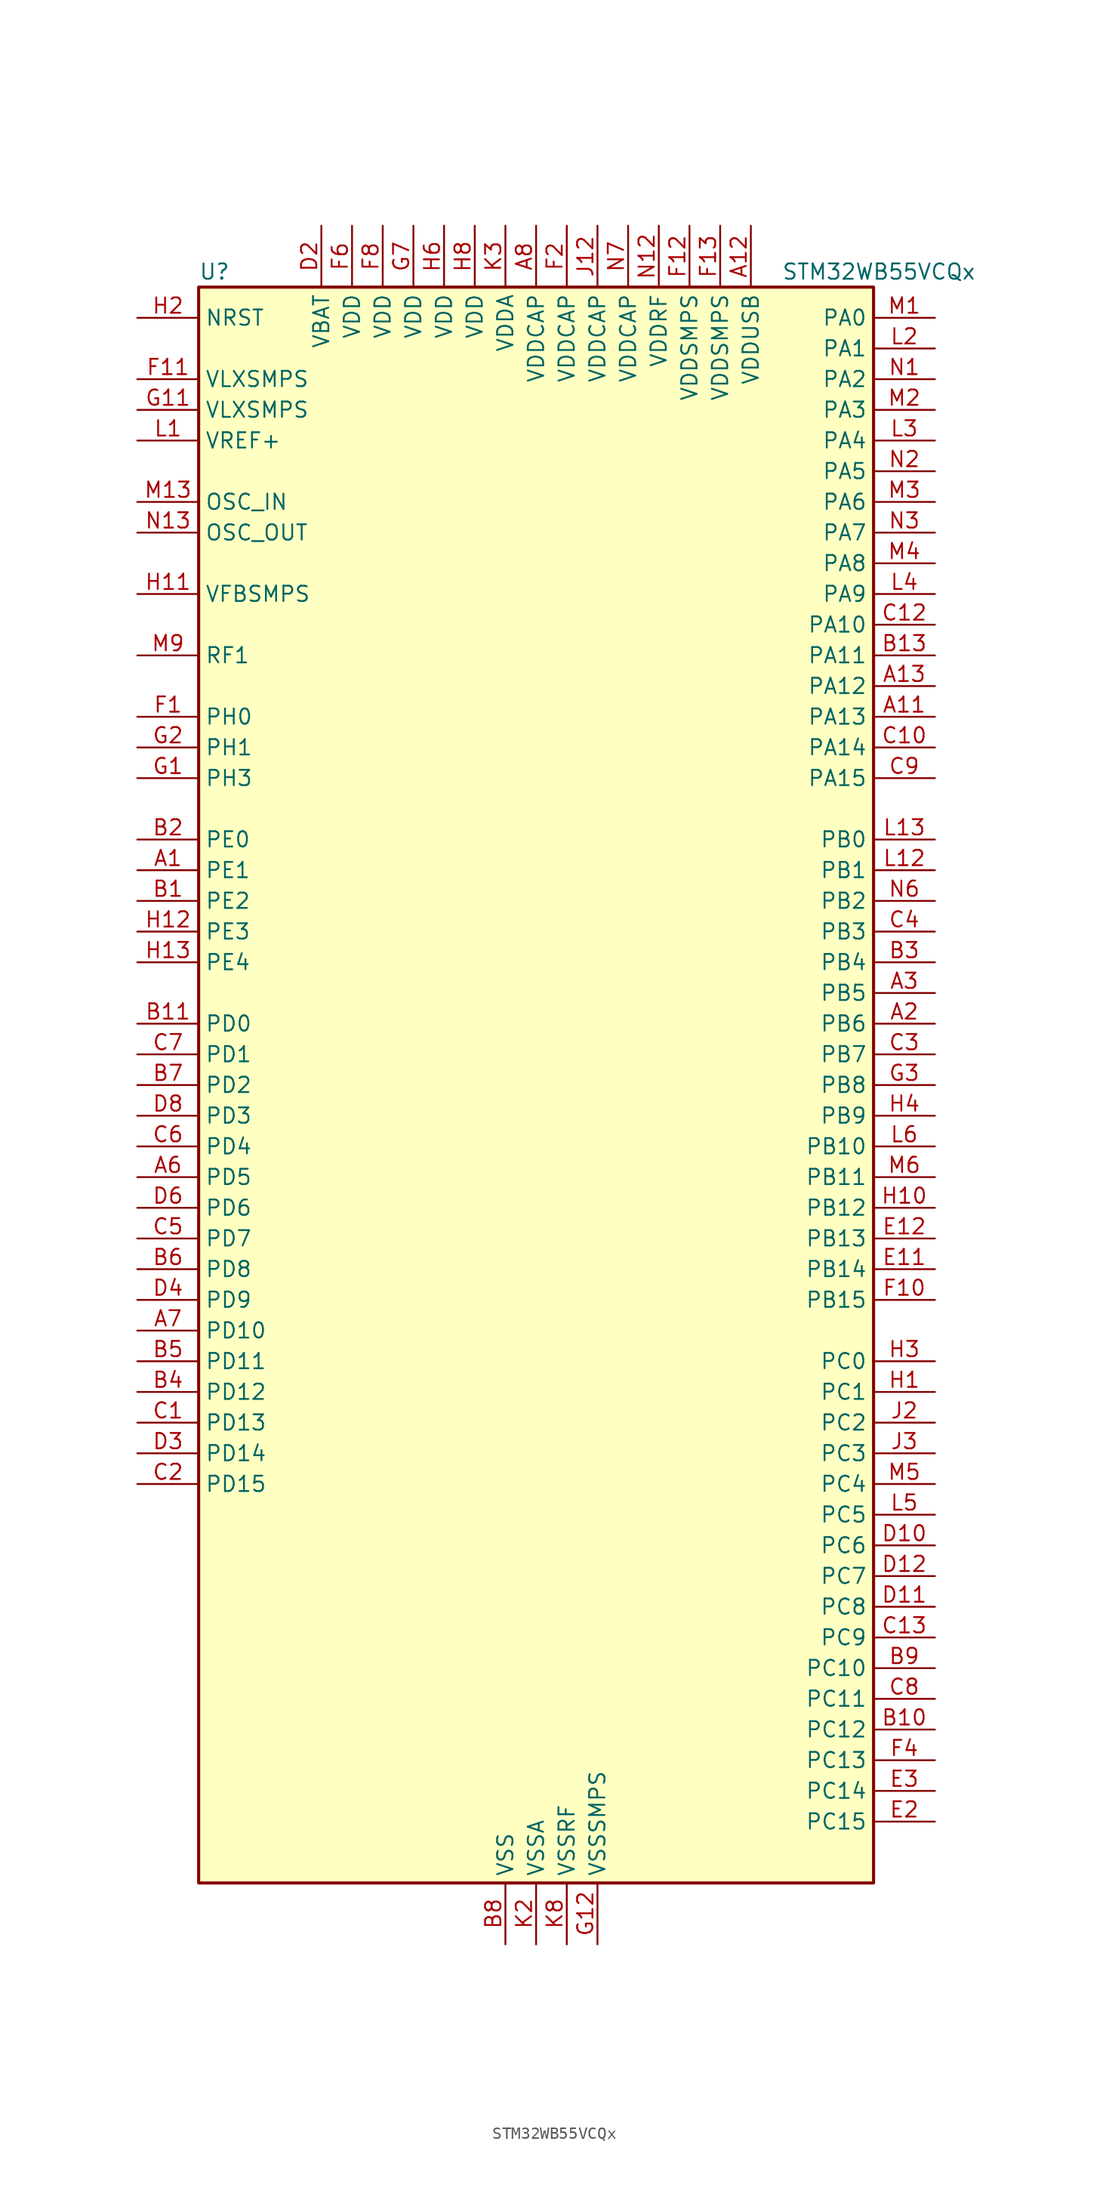
<source format=kicad_sym>
(kicad_symbol_lib
  (version 20231120)
  (generator "kicad_symbol_editor")
  (generator_version "8.0")
  (symbol "STM32WB55VCQx"
    (property "Reference" "U"
      (at -27.94 67.31 0)
      (effects (font (size 1.27 1.27)) (justify left)))
    (property "Value" "STM32WB55VCQx"
      (at 20.32 67.31 0)
      (effects (font (size 1.27 1.27)) (justify left)))
    (property "ki_locked" ""
      (at 0 0 0)
      (effects (font (size 1.27 1.27))))
    (symbol "STM32WB55VCQx_0_1"
      (rectangle (start -27.94 -66.04) (end 27.94 66.04) (stroke (width 0.254) (type default)) (fill (type background))))
    (symbol "STM32WB55VCQx_1_1"
      (pin bidirectional line (at -33.02 17.78 0) (length 5.08) (name "PE1" (effects (font (size 1.27 1.27)))) (number "A1" (effects (font (size 1.27 1.27)))) (alternate "LCD_SEG37" bidirectional line) (alternate "TIM17_CH1" bidirectional line) (alternate "TSC_G7_IO2" bidirectional line))
      (pin bidirectional line (at 33.02 30.48 180) (length 5.08) (name "PA13" (effects (font (size 1.27 1.27)))) (number "A11" (effects (font (size 1.27 1.27)))) (alternate "IR_OUT" bidirectional line) (alternate "SAI1_SD_B" bidirectional line) (alternate "SYS_JTMS-SWDIO" bidirectional line) (alternate "USB_NOE" bidirectional line))
      (pin power_in line (at 17.78 71.12 270) (length 5.08) (name "VDDUSB" (effects (font (size 1.27 1.27)))) (number "A12" (effects (font (size 1.27 1.27)))))
      (pin bidirectional line (at 33.02 33.02 180) (length 5.08) (name "PA12" (effects (font (size 1.27 1.27)))) (number "A13" (effects (font (size 1.27 1.27)))) (alternate "LPUART1_RX" bidirectional line) (alternate "SPI1_MOSI" bidirectional line) (alternate "TIM1_ETR" bidirectional line) (alternate "USART1_DE" bidirectional line) (alternate "USART1_RTS" bidirectional line) (alternate "USB_DP" bidirectional line))
      (pin bidirectional line (at 33.02 5.08 180) (length 5.08) (name "PB6" (effects (font (size 1.27 1.27)))) (number "A2" (effects (font (size 1.27 1.27)))) (alternate "COMP2_INP" bidirectional line) (alternate "I2C1_SCL" bidirectional line) (alternate "LCD_SEG6" bidirectional line) (alternate "LPTIM1_ETR" bidirectional line) (alternate "RCC_MCO" bidirectional line) (alternate "SAI1_FS_B" bidirectional line) (alternate "TIM16_CH1N" bidirectional line) (alternate "TSC_G2_IO3" bidirectional line) (alternate "USART1_TX" bidirectional line))
      (pin bidirectional line (at 33.02 7.62 180) (length 5.08) (name "PB5" (effects (font (size 1.27 1.27)))) (number "A3" (effects (font (size 1.27 1.27)))) (alternate "COMP2_OUT" bidirectional line) (alternate "I2C1_SMBA" bidirectional line) (alternate "LCD_SEG9" bidirectional line) (alternate "LPTIM1_IN1" bidirectional line) (alternate "LPUART1_TX" bidirectional line) (alternate "SAI1_SD_B" bidirectional line) (alternate "SPI1_MOSI" bidirectional line) (alternate "TIM16_BKIN" bidirectional line) (alternate "TSC_G2_IO2" bidirectional line) (alternate "USART1_CK" bidirectional line))
      (pin bidirectional line (at -33.02 -7.62 0) (length 5.08) (name "PD5" (effects (font (size 1.27 1.27)))) (number "A6" (effects (font (size 1.27 1.27)))) (alternate "QUADSPI_BK1_IO1" bidirectional line) (alternate "SAI1_MCLK_B" bidirectional line) (alternate "TSC_G5_IO2" bidirectional line))
      (pin bidirectional line (at -33.02 -20.32 0) (length 5.08) (name "PD10" (effects (font (size 1.27 1.27)))) (number "A7" (effects (font (size 1.27 1.27)))) (alternate "LCD_SEG30" bidirectional line) (alternate "SYS_TRIG_INOUT" bidirectional line) (alternate "TSC_G6_IO1" bidirectional line))
      (pin power_in line (at 0 71.12 270) (length 5.08) (name "VDDCAP" (effects (font (size 1.27 1.27)))) (number "A8" (effects (font (size 1.27 1.27)))))
      (pin bidirectional line (at -33.02 15.24 0) (length 5.08) (name "PE2" (effects (font (size 1.27 1.27)))) (number "B1" (effects (font (size 1.27 1.27)))) (alternate "LCD_SEG38" bidirectional line) (alternate "SAI1_CK1" bidirectional line) (alternate "SAI1_MCLK_A" bidirectional line) (alternate "SYS_TRACECLK" bidirectional line) (alternate "TSC_G7_IO1" bidirectional line))
      (pin bidirectional line (at 33.02 -53.34 180) (length 5.08) (name "PC12" (effects (font (size 1.27 1.27)))) (number "B10" (effects (font (size 1.27 1.27)))) (alternate "LCD_COM6" bidirectional line) (alternate "LCD_SEG30" bidirectional line) (alternate "LCD_SEG42" bidirectional line) (alternate "RCC_LSCO" bidirectional line) (alternate "RTC_TAMP3" bidirectional line) (alternate "SYS_TRACED3" bidirectional line) (alternate "SYS_WKUP3" bidirectional line) (alternate "TSC_G3_IO4" bidirectional line))
      (pin bidirectional line (at -33.02 5.08 0) (length 5.08) (name "PD0" (effects (font (size 1.27 1.27)))) (number "B11" (effects (font (size 1.27 1.27)))) (alternate "SPI2_NSS" bidirectional line))
      (pin passive line (at -2.54 -71.12 90) (length 5.08) hide (name "VSS" (effects (font (size 1.27 1.27)))) (number "B12" (effects (font (size 1.27 1.27)))))
      (pin bidirectional line (at 33.02 35.56 180) (length 5.08) (name "PA11" (effects (font (size 1.27 1.27)))) (number "B13" (effects (font (size 1.27 1.27)))) (alternate "ADC1_EXTI11" bidirectional line) (alternate "SPI1_MISO" bidirectional line) (alternate "TIM1_BKIN2" bidirectional line) (alternate "TIM1_CH4" bidirectional line) (alternate "USART1_CTS" bidirectional line) (alternate "USART1_NSS" bidirectional line) (alternate "USB_DM" bidirectional line))
      (pin bidirectional line (at -33.02 20.32 0) (length 5.08) (name "PE0" (effects (font (size 1.27 1.27)))) (number "B2" (effects (font (size 1.27 1.27)))) (alternate "LCD_SEG36" bidirectional line) (alternate "TIM16_CH1" bidirectional line) (alternate "TIM1_ETR" bidirectional line) (alternate "TSC_G7_IO3" bidirectional line))
      (pin bidirectional line (at 33.02 10.16 180) (length 5.08) (name "PB4" (effects (font (size 1.27 1.27)))) (number "B3" (effects (font (size 1.27 1.27)))) (alternate "COMP2_INP" bidirectional line) (alternate "I2C3_SDA" bidirectional line) (alternate "LCD_SEG8" bidirectional line) (alternate "SAI1_MCLK_B" bidirectional line) (alternate "SPI1_MISO" bidirectional line) (alternate "SYS_JTRST" bidirectional line) (alternate "TIM17_BKIN" bidirectional line) (alternate "TSC_G2_IO1" bidirectional line) (alternate "USART1_CTS" bidirectional line) (alternate "USART1_NSS" bidirectional line))
      (pin bidirectional line (at -33.02 -25.4 0) (length 5.08) (name "PD12" (effects (font (size 1.27 1.27)))) (number "B4" (effects (font (size 1.27 1.27)))) (alternate "LCD_SEG32" bidirectional line) (alternate "LPTIM2_IN1" bidirectional line) (alternate "TSC_G6_IO3" bidirectional line))
      (pin bidirectional line (at -33.02 -22.86 0) (length 5.08) (name "PD11" (effects (font (size 1.27 1.27)))) (number "B5" (effects (font (size 1.27 1.27)))) (alternate "ADC1_EXTI11" bidirectional line) (alternate "LCD_SEG31" bidirectional line) (alternate "LPTIM2_ETR" bidirectional line) (alternate "TSC_G6_IO2" bidirectional line))
      (pin bidirectional line (at -33.02 -15.24 0) (length 5.08) (name "PD8" (effects (font (size 1.27 1.27)))) (number "B6" (effects (font (size 1.27 1.27)))) (alternate "LCD_SEG28" bidirectional line) (alternate "TIM1_BKIN2" bidirectional line))
      (pin bidirectional line (at -33.02 0 0) (length 5.08) (name "PD2" (effects (font (size 1.27 1.27)))) (number "B7" (effects (font (size 1.27 1.27)))) (alternate "LCD_COM7" bidirectional line) (alternate "LCD_SEG31" bidirectional line) (alternate "LCD_SEG43" bidirectional line) (alternate "SYS_TRACED2" bidirectional line) (alternate "TSC_SYNC" bidirectional line))
      (pin power_in line (at -2.54 -71.12 90) (length 5.08) (name "VSS" (effects (font (size 1.27 1.27)))) (number "B8" (effects (font (size 1.27 1.27)))))
      (pin bidirectional line (at 33.02 -48.26 180) (length 5.08) (name "PC10" (effects (font (size 1.27 1.27)))) (number "B9" (effects (font (size 1.27 1.27)))) (alternate "LCD_COM4" bidirectional line) (alternate "LCD_SEG28" bidirectional line) (alternate "LCD_SEG40" bidirectional line) (alternate "SYS_TRACED1" bidirectional line) (alternate "TSC_G3_IO2" bidirectional line))
      (pin bidirectional line (at -33.02 -27.94 0) (length 5.08) (name "PD13" (effects (font (size 1.27 1.27)))) (number "C1" (effects (font (size 1.27 1.27)))) (alternate "LCD_SEG33" bidirectional line) (alternate "LPTIM2_OUT" bidirectional line) (alternate "TSC_G6_IO4" bidirectional line))
      (pin bidirectional line (at 33.02 27.94 180) (length 5.08) (name "PA14" (effects (font (size 1.27 1.27)))) (number "C10" (effects (font (size 1.27 1.27)))) (alternate "I2C1_SMBA" bidirectional line) (alternate "LCD_SEG5" bidirectional line) (alternate "LPTIM1_OUT" bidirectional line) (alternate "SAI1_FS_B" bidirectional line) (alternate "SYS_JTCK-SWCLK" bidirectional line))
      (pin passive line (at -2.54 -71.12 90) (length 5.08) hide (name "VSS" (effects (font (size 1.27 1.27)))) (number "C11" (effects (font (size 1.27 1.27)))))
      (pin bidirectional line (at 33.02 38.1 180) (length 5.08) (name "PA10" (effects (font (size 1.27 1.27)))) (number "C12" (effects (font (size 1.27 1.27)))) (alternate "CRS_SYNC" bidirectional line) (alternate "I2C1_SDA" bidirectional line) (alternate "LCD_COM2" bidirectional line) (alternate "SAI1_D1" bidirectional line) (alternate "SAI1_SD_A" bidirectional line) (alternate "TIM17_BKIN" bidirectional line) (alternate "TIM1_CH3" bidirectional line) (alternate "USART1_RX" bidirectional line))
      (pin bidirectional line (at 33.02 -45.72 180) (length 5.08) (name "PC9" (effects (font (size 1.27 1.27)))) (number "C13" (effects (font (size 1.27 1.27)))) (alternate "LCD_SEG27" bidirectional line) (alternate "SAI1_SCK_B" bidirectional line) (alternate "TIM1_BKIN" bidirectional line) (alternate "TSC_G4_IO4" bidirectional line) (alternate "USB_NOE" bidirectional line))
      (pin bidirectional line (at -33.02 -33.02 0) (length 5.08) (name "PD15" (effects (font (size 1.27 1.27)))) (number "C2" (effects (font (size 1.27 1.27)))) (alternate "ADC1_EXTI15" bidirectional line) (alternate "LCD_SEG35" bidirectional line) (alternate "TIM1_CH2" bidirectional line))
      (pin bidirectional line (at 33.02 2.54 180) (length 5.08) (name "PB7" (effects (font (size 1.27 1.27)))) (number "C3" (effects (font (size 1.27 1.27)))) (alternate "COMP2_INM" bidirectional line) (alternate "I2C1_SDA" bidirectional line) (alternate "LCD_SEG21" bidirectional line) (alternate "LPTIM1_IN2" bidirectional line) (alternate "SYS_PVD_IN" bidirectional line) (alternate "TIM17_CH1N" bidirectional line) (alternate "TIM1_BKIN" bidirectional line) (alternate "TSC_G2_IO4" bidirectional line) (alternate "USART1_RX" bidirectional line))
      (pin bidirectional line (at 33.02 12.7 180) (length 5.08) (name "PB3" (effects (font (size 1.27 1.27)))) (number "C4" (effects (font (size 1.27 1.27)))) (alternate "COMP2_INM" bidirectional line) (alternate "LCD_SEG7" bidirectional line) (alternate "SAI1_SCK_B" bidirectional line) (alternate "SPI1_SCK" bidirectional line) (alternate "SYS_JTDO-SWO" bidirectional line) (alternate "TIM2_CH2" bidirectional line) (alternate "USART1_DE" bidirectional line) (alternate "USART1_RTS" bidirectional line))
      (pin bidirectional line (at -33.02 -12.7 0) (length 5.08) (name "PD7" (effects (font (size 1.27 1.27)))) (number "C5" (effects (font (size 1.27 1.27)))) (alternate "LCD_SEG39" bidirectional line) (alternate "QUADSPI_BK1_IO3" bidirectional line) (alternate "TSC_G5_IO4" bidirectional line))
      (pin bidirectional line (at -33.02 -5.08 0) (length 5.08) (name "PD4" (effects (font (size 1.27 1.27)))) (number "C6" (effects (font (size 1.27 1.27)))) (alternate "QUADSPI_BK1_IO0" bidirectional line) (alternate "SPI2_MOSI" bidirectional line) (alternate "TSC_G5_IO1" bidirectional line))
      (pin bidirectional line (at -33.02 2.54 0) (length 5.08) (name "PD1" (effects (font (size 1.27 1.27)))) (number "C7" (effects (font (size 1.27 1.27)))) (alternate "SPI2_SCK" bidirectional line))
      (pin bidirectional line (at 33.02 -50.8 180) (length 5.08) (name "PC11" (effects (font (size 1.27 1.27)))) (number "C8" (effects (font (size 1.27 1.27)))) (alternate "ADC1_EXTI11" bidirectional line) (alternate "LCD_COM5" bidirectional line) (alternate "LCD_SEG29" bidirectional line) (alternate "LCD_SEG41" bidirectional line) (alternate "TSC_G3_IO3" bidirectional line))
      (pin bidirectional line (at 33.02 25.4 180) (length 5.08) (name "PA15" (effects (font (size 1.27 1.27)))) (number "C9" (effects (font (size 1.27 1.27)))) (alternate "ADC1_EXTI15" bidirectional line) (alternate "LCD_SEG17" bidirectional line) (alternate "RCC_MCO" bidirectional line) (alternate "SPI1_NSS" bidirectional line) (alternate "SYS_JTDI" bidirectional line) (alternate "TIM2_CH1" bidirectional line) (alternate "TIM2_ETR" bidirectional line) (alternate "TSC_G3_IO1" bidirectional line))
      (pin bidirectional line (at 33.02 -38.1 180) (length 5.08) (name "PC6" (effects (font (size 1.27 1.27)))) (number "D10" (effects (font (size 1.27 1.27)))) (alternate "LCD_SEG24" bidirectional line) (alternate "TSC_G4_IO1" bidirectional line))
      (pin bidirectional line (at 33.02 -43.18 180) (length 5.08) (name "PC8" (effects (font (size 1.27 1.27)))) (number "D11" (effects (font (size 1.27 1.27)))) (alternate "LCD_SEG26" bidirectional line) (alternate "TSC_G4_IO3" bidirectional line))
      (pin bidirectional line (at 33.02 -40.64 180) (length 5.08) (name "PC7" (effects (font (size 1.27 1.27)))) (number "D12" (effects (font (size 1.27 1.27)))) (alternate "LCD_SEG25" bidirectional line) (alternate "TSC_G4_IO2" bidirectional line))
      (pin power_in line (at -17.78 71.12 270) (length 5.08) (name "VBAT" (effects (font (size 1.27 1.27)))) (number "D2" (effects (font (size 1.27 1.27)))))
      (pin bidirectional line (at -33.02 -30.48 0) (length 5.08) (name "PD14" (effects (font (size 1.27 1.27)))) (number "D3" (effects (font (size 1.27 1.27)))) (alternate "LCD_SEG34" bidirectional line) (alternate "TIM1_CH1" bidirectional line))
      (pin bidirectional line (at -33.02 -17.78 0) (length 5.08) (name "PD9" (effects (font (size 1.27 1.27)))) (number "D4" (effects (font (size 1.27 1.27)))) (alternate "LCD_SEG29" bidirectional line) (alternate "SYS_TRACED0" bidirectional line))
      (pin bidirectional line (at -33.02 -10.16 0) (length 5.08) (name "PD6" (effects (font (size 1.27 1.27)))) (number "D6" (effects (font (size 1.27 1.27)))) (alternate "QUADSPI_BK1_IO2" bidirectional line) (alternate "SAI1_D1" bidirectional line) (alternate "SAI1_SD_A" bidirectional line) (alternate "TSC_G5_IO3" bidirectional line))
      (pin bidirectional line (at -33.02 -2.54 0) (length 5.08) (name "PD3" (effects (font (size 1.27 1.27)))) (number "D8" (effects (font (size 1.27 1.27)))) (alternate "QUADSPI_BK1_NCS" bidirectional line) (alternate "SPI2_MISO" bidirectional line) (alternate "SPI2_SCK" bidirectional line))
      (pin bidirectional line (at 33.02 -15.24 180) (length 5.08) (name "PB14" (effects (font (size 1.27 1.27)))) (number "E11" (effects (font (size 1.27 1.27)))) (alternate "I2C3_SDA" bidirectional line) (alternate "LCD_SEG14" bidirectional line) (alternate "SAI1_MCLK_A" bidirectional line) (alternate "SPI2_MISO" bidirectional line) (alternate "TIM1_CH2N" bidirectional line) (alternate "TSC_G1_IO3" bidirectional line))
      (pin bidirectional line (at 33.02 -12.7 180) (length 5.08) (name "PB13" (effects (font (size 1.27 1.27)))) (number "E12" (effects (font (size 1.27 1.27)))) (alternate "I2C3_SCL" bidirectional line) (alternate "LCD_SEG13" bidirectional line) (alternate "LPUART1_CTS" bidirectional line) (alternate "SAI1_SCK_A" bidirectional line) (alternate "SPI2_SCK" bidirectional line) (alternate "TIM1_CH1N" bidirectional line) (alternate "TSC_G1_IO2" bidirectional line))
      (pin bidirectional line (at 33.02 -60.96 180) (length 5.08) (name "PC15" (effects (font (size 1.27 1.27)))) (number "E2" (effects (font (size 1.27 1.27)))) (alternate "ADC1_EXTI15" bidirectional line) (alternate "RCC_OSC32_OUT" bidirectional line))
      (pin bidirectional line (at 33.02 -58.42 180) (length 5.08) (name "PC14" (effects (font (size 1.27 1.27)))) (number "E3" (effects (font (size 1.27 1.27)))) (alternate "RCC_OSC32_IN" bidirectional line))
      (pin passive line (at -2.54 -71.12 90) (length 5.08) hide (name "VSS" (effects (font (size 1.27 1.27)))) (number "E5" (effects (font (size 1.27 1.27)))))
      (pin passive line (at -2.54 -71.12 90) (length 5.08) hide (name "VSS" (effects (font (size 1.27 1.27)))) (number "E7" (effects (font (size 1.27 1.27)))))
      (pin passive line (at -2.54 -71.12 90) (length 5.08) hide (name "VSS" (effects (font (size 1.27 1.27)))) (number "E9" (effects (font (size 1.27 1.27)))))
      (pin bidirectional line (at -33.02 30.48 0) (length 5.08) (name "PH0" (effects (font (size 1.27 1.27)))) (number "F1" (effects (font (size 1.27 1.27)))))
      (pin bidirectional line (at 33.02 -17.78 180) (length 5.08) (name "PB15" (effects (font (size 1.27 1.27)))) (number "F10" (effects (font (size 1.27 1.27)))) (alternate "ADC1_EXTI15" bidirectional line) (alternate "LCD_SEG15" bidirectional line) (alternate "RTC_REFIN" bidirectional line) (alternate "SAI1_SD_A" bidirectional line) (alternate "SPI2_MOSI" bidirectional line) (alternate "TIM1_CH3N" bidirectional line) (alternate "TSC_G1_IO4" bidirectional line))
      (pin power_in line (at -33.02 58.42 0) (length 5.08) (name "VLXSMPS" (effects (font (size 1.27 1.27)))) (number "F11" (effects (font (size 1.27 1.27)))))
      (pin power_in line (at 12.7 71.12 270) (length 5.08) (name "VDDSMPS" (effects (font (size 1.27 1.27)))) (number "F12" (effects (font (size 1.27 1.27)))))
      (pin power_in line (at 15.24 71.12 270) (length 5.08) (name "VDDSMPS" (effects (font (size 1.27 1.27)))) (number "F13" (effects (font (size 1.27 1.27)))))
      (pin power_in line (at 2.54 71.12 270) (length 5.08) (name "VDDCAP" (effects (font (size 1.27 1.27)))) (number "F2" (effects (font (size 1.27 1.27)))))
      (pin passive line (at -2.54 -71.12 90) (length 5.08) hide (name "VSS" (effects (font (size 1.27 1.27)))) (number "F3" (effects (font (size 1.27 1.27)))))
      (pin bidirectional line (at 33.02 -55.88 180) (length 5.08) (name "PC13" (effects (font (size 1.27 1.27)))) (number "F4" (effects (font (size 1.27 1.27)))) (alternate "RTC_OUT1" bidirectional line) (alternate "RTC_TAMP1" bidirectional line) (alternate "RTC_TS" bidirectional line) (alternate "SYS_WKUP2" bidirectional line))
      (pin power_in line (at -15.24 71.12 270) (length 5.08) (name "VDD" (effects (font (size 1.27 1.27)))) (number "F6" (effects (font (size 1.27 1.27)))))
      (pin power_in line (at -12.7 71.12 270) (length 5.08) (name "VDD" (effects (font (size 1.27 1.27)))) (number "F8" (effects (font (size 1.27 1.27)))))
      (pin bidirectional line (at -33.02 25.4 0) (length 5.08) (name "PH3" (effects (font (size 1.27 1.27)))) (number "G1" (effects (font (size 1.27 1.27)))) (alternate "RCC_LSCO" bidirectional line))
      (pin power_in line (at -33.02 55.88 0) (length 5.08) (name "VLXSMPS" (effects (font (size 1.27 1.27)))) (number "G11" (effects (font (size 1.27 1.27)))))
      (pin power_in line (at 5.08 -71.12 90) (length 5.08) (name "VSSSMPS" (effects (font (size 1.27 1.27)))) (number "G12" (effects (font (size 1.27 1.27)))))
      (pin passive line (at 5.08 -71.12 90) (length 5.08) hide (name "VSSSMPS" (effects (font (size 1.27 1.27)))) (number "G13" (effects (font (size 1.27 1.27)))))
      (pin bidirectional line (at -33.02 27.94 0) (length 5.08) (name "PH1" (effects (font (size 1.27 1.27)))) (number "G2" (effects (font (size 1.27 1.27)))))
      (pin bidirectional line (at 33.02 0 180) (length 5.08) (name "PB8" (effects (font (size 1.27 1.27)))) (number "G3" (effects (font (size 1.27 1.27)))) (alternate "I2C1_SCL" bidirectional line) (alternate "LCD_SEG16" bidirectional line) (alternate "QUADSPI_BK1_IO1" bidirectional line) (alternate "SAI1_CK1" bidirectional line) (alternate "SAI1_MCLK_A" bidirectional line) (alternate "TIM16_CH1" bidirectional line) (alternate "TIM1_CH2N" bidirectional line))
      (pin passive line (at -2.54 -71.12 90) (length 5.08) hide (name "VSS" (effects (font (size 1.27 1.27)))) (number "G5" (effects (font (size 1.27 1.27)))))
      (pin power_in line (at -10.16 71.12 270) (length 5.08) (name "VDD" (effects (font (size 1.27 1.27)))) (number "G7" (effects (font (size 1.27 1.27)))))
      (pin passive line (at -2.54 -71.12 90) (length 5.08) hide (name "VSS" (effects (font (size 1.27 1.27)))) (number "G9" (effects (font (size 1.27 1.27)))))
      (pin bidirectional line (at 33.02 -25.4 180) (length 5.08) (name "PC1" (effects (font (size 1.27 1.27)))) (number "H1" (effects (font (size 1.27 1.27)))) (alternate "ADC1_IN2" bidirectional line) (alternate "I2C3_SDA" bidirectional line) (alternate "LCD_SEG19" bidirectional line) (alternate "LPTIM1_OUT" bidirectional line) (alternate "LPUART1_TX" bidirectional line) (alternate "SPI2_MOSI" bidirectional line))
      (pin bidirectional line (at 33.02 -10.16 180) (length 5.08) (name "PB12" (effects (font (size 1.27 1.27)))) (number "H10" (effects (font (size 1.27 1.27)))) (alternate "I2C3_SMBA" bidirectional line) (alternate "LCD_SEG12" bidirectional line) (alternate "LPUART1_DE" bidirectional line) (alternate "LPUART1_RTS" bidirectional line) (alternate "SAI1_FS_A" bidirectional line) (alternate "SPI2_NSS" bidirectional line) (alternate "TIM1_BKIN" bidirectional line) (alternate "TSC_G1_IO1" bidirectional line))
      (pin input line (at -33.02 40.64 0) (length 5.08) (name "VFBSMPS" (effects (font (size 1.27 1.27)))) (number "H11" (effects (font (size 1.27 1.27)))))
      (pin bidirectional line (at -33.02 12.7 0) (length 5.08) (name "PE3" (effects (font (size 1.27 1.27)))) (number "H12" (effects (font (size 1.27 1.27)))))
      (pin bidirectional line (at -33.02 10.16 0) (length 5.08) (name "PE4" (effects (font (size 1.27 1.27)))) (number "H13" (effects (font (size 1.27 1.27)))))
      (pin input line (at -33.02 63.5 0) (length 5.08) (name "NRST" (effects (font (size 1.27 1.27)))) (number "H2" (effects (font (size 1.27 1.27)))))
      (pin bidirectional line (at 33.02 -22.86 180) (length 5.08) (name "PC0" (effects (font (size 1.27 1.27)))) (number "H3" (effects (font (size 1.27 1.27)))) (alternate "ADC1_IN1" bidirectional line) (alternate "I2C3_SCL" bidirectional line) (alternate "LCD_SEG18" bidirectional line) (alternate "LPTIM1_IN1" bidirectional line) (alternate "LPTIM2_IN1" bidirectional line) (alternate "LPUART1_RX" bidirectional line))
      (pin bidirectional line (at 33.02 -2.54 180) (length 5.08) (name "PB9" (effects (font (size 1.27 1.27)))) (number "H4" (effects (font (size 1.27 1.27)))) (alternate "I2C1_SDA" bidirectional line) (alternate "IR_OUT" bidirectional line) (alternate "LCD_COM3" bidirectional line) (alternate "QUADSPI_BK1_IO0" bidirectional line) (alternate "SAI1_D2" bidirectional line) (alternate "SAI1_FS_A" bidirectional line) (alternate "SPI2_NSS" bidirectional line) (alternate "TIM17_CH1" bidirectional line) (alternate "TIM1_CH3N" bidirectional line) (alternate "TSC_G7_IO4" bidirectional line))
      (pin power_in line (at -7.62 71.12 270) (length 5.08) (name "VDD" (effects (font (size 1.27 1.27)))) (number "H6" (effects (font (size 1.27 1.27)))))
      (pin power_in line (at -5.08 71.12 270) (length 5.08) (name "VDD" (effects (font (size 1.27 1.27)))) (number "H8" (effects (font (size 1.27 1.27)))))
      (pin passive line (at -2.54 -71.12 90) (length 5.08) hide (name "VSS" (effects (font (size 1.27 1.27)))) (number "J11" (effects (font (size 1.27 1.27)))))
      (pin power_in line (at 5.08 71.12 270) (length 5.08) (name "VDDCAP" (effects (font (size 1.27 1.27)))) (number "J12" (effects (font (size 1.27 1.27)))))
      (pin bidirectional line (at 33.02 -27.94 180) (length 5.08) (name "PC2" (effects (font (size 1.27 1.27)))) (number "J2" (effects (font (size 1.27 1.27)))) (alternate "ADC1_IN3" bidirectional line) (alternate "LCD_SEG20" bidirectional line) (alternate "LPTIM1_IN2" bidirectional line) (alternate "SPI2_MISO" bidirectional line))
      (pin bidirectional line (at 33.02 -30.48 180) (length 5.08) (name "PC3" (effects (font (size 1.27 1.27)))) (number "J3" (effects (font (size 1.27 1.27)))) (alternate "ADC1_IN4" bidirectional line) (alternate "LCD_VLCD" bidirectional line) (alternate "LPTIM1_ETR" bidirectional line) (alternate "LPTIM2_ETR" bidirectional line) (alternate "SAI1_D1" bidirectional line) (alternate "SAI1_SD_A" bidirectional line) (alternate "SPI2_MOSI" bidirectional line))
      (pin passive line (at -2.54 -71.12 90) (length 5.08) hide (name "VSS" (effects (font (size 1.27 1.27)))) (number "J5" (effects (font (size 1.27 1.27)))))
      (pin passive line (at -2.54 -71.12 90) (length 5.08) hide (name "VSS" (effects (font (size 1.27 1.27)))) (number "J7" (effects (font (size 1.27 1.27)))))
      (pin passive line (at -2.54 -71.12 90) (length 5.08) hide (name "VSS" (effects (font (size 1.27 1.27)))) (number "J9" (effects (font (size 1.27 1.27)))))
      (pin passive line (at 2.54 -71.12 90) (length 5.08) hide (name "VSSRF" (effects (font (size 1.27 1.27)))) (number "K10" (effects (font (size 1.27 1.27)))))
      (pin no_connect line (at -27.94 -66.04 0) (length 5.08) hide (name "AT0" (effects (font (size 1.27 1.27)))) (number "K11" (effects (font (size 1.27 1.27)))))
      (pin no_connect line (at -27.94 -63.5 0) (length 5.08) hide (name "AT1" (effects (font (size 1.27 1.27)))) (number "K12" (effects (font (size 1.27 1.27)))))
      (pin power_in line (at 0 -71.12 90) (length 5.08) (name "VSSA" (effects (font (size 1.27 1.27)))) (number "K2" (effects (font (size 1.27 1.27)))))
      (pin power_in line (at -2.54 71.12 270) (length 5.08) (name "VDDA" (effects (font (size 1.27 1.27)))) (number "K3" (effects (font (size 1.27 1.27)))))
      (pin passive line (at -2.54 -71.12 90) (length 5.08) hide (name "VSS" (effects (font (size 1.27 1.27)))) (number "K4" (effects (font (size 1.27 1.27)))))
      (pin passive line (at -2.54 -71.12 90) (length 5.08) hide (name "VSS" (effects (font (size 1.27 1.27)))) (number "K6" (effects (font (size 1.27 1.27)))))
      (pin power_in line (at 2.54 -71.12 90) (length 5.08) (name "VSSRF" (effects (font (size 1.27 1.27)))) (number "K8" (effects (font (size 1.27 1.27)))))
      (pin input line (at -33.02 53.34 0) (length 5.08) (name "VREF+" (effects (font (size 1.27 1.27)))) (number "L1" (effects (font (size 1.27 1.27)))) (alternate "VREFBUF_OUT" bidirectional line))
      (pin passive line (at 2.54 -71.12 90) (length 5.08) hide (name "VSSRF" (effects (font (size 1.27 1.27)))) (number "L10" (effects (font (size 1.27 1.27)))))
      (pin passive line (at 2.54 -71.12 90) (length 5.08) hide (name "VSSRF" (effects (font (size 1.27 1.27)))) (number "L11" (effects (font (size 1.27 1.27)))))
      (pin bidirectional line (at 33.02 17.78 180) (length 5.08) (name "PB1" (effects (font (size 1.27 1.27)))) (number "L12" (effects (font (size 1.27 1.27)))) (alternate "LPTIM2_IN1" bidirectional line) (alternate "LPUART1_DE" bidirectional line) (alternate "LPUART1_RTS" bidirectional line))
      (pin bidirectional line (at 33.02 20.32 180) (length 5.08) (name "PB0" (effects (font (size 1.27 1.27)))) (number "L13" (effects (font (size 1.27 1.27)))) (alternate "COMP1_OUT" bidirectional line) (alternate "RF_TX_MOD_EXT_PA" bidirectional line))
      (pin bidirectional line (at 33.02 60.96 180) (length 5.08) (name "PA1" (effects (font (size 1.27 1.27)))) (number "L2" (effects (font (size 1.27 1.27)))) (alternate "ADC1_IN6" bidirectional line) (alternate "COMP1_INP" bidirectional line) (alternate "I2C1_SMBA" bidirectional line) (alternate "LCD_SEG0" bidirectional line) (alternate "SPI1_SCK" bidirectional line) (alternate "TIM2_CH2" bidirectional line))
      (pin bidirectional line (at 33.02 53.34 180) (length 5.08) (name "PA4" (effects (font (size 1.27 1.27)))) (number "L3" (effects (font (size 1.27 1.27)))) (alternate "ADC1_IN9" bidirectional line) (alternate "COMP1_INM" bidirectional line) (alternate "COMP2_INM" bidirectional line) (alternate "LCD_SEG5" bidirectional line) (alternate "LPTIM2_OUT" bidirectional line) (alternate "SAI1_FS_B" bidirectional line) (alternate "SPI1_NSS" bidirectional line))
      (pin bidirectional line (at 33.02 40.64 180) (length 5.08) (name "PA9" (effects (font (size 1.27 1.27)))) (number "L4" (effects (font (size 1.27 1.27)))) (alternate "ADC1_IN16" bidirectional line) (alternate "COMP1_INM" bidirectional line) (alternate "I2C1_SCL" bidirectional line) (alternate "LCD_COM1" bidirectional line) (alternate "SAI1_D2" bidirectional line) (alternate "SAI1_FS_A" bidirectional line) (alternate "SPI2_SCK" bidirectional line) (alternate "TIM1_CH2" bidirectional line) (alternate "USART1_TX" bidirectional line))
      (pin bidirectional line (at 33.02 -35.56 180) (length 5.08) (name "PC5" (effects (font (size 1.27 1.27)))) (number "L5" (effects (font (size 1.27 1.27)))) (alternate "ADC1_IN14" bidirectional line) (alternate "COMP1_INP" bidirectional line) (alternate "LCD_SEG23" bidirectional line) (alternate "SAI1_D3" bidirectional line) (alternate "SYS_WKUP5" bidirectional line))
      (pin bidirectional line (at 33.02 -5.08 180) (length 5.08) (name "PB10" (effects (font (size 1.27 1.27)))) (number "L6" (effects (font (size 1.27 1.27)))) (alternate "COMP1_OUT" bidirectional line) (alternate "I2C3_SCL" bidirectional line) (alternate "LCD_SEG10" bidirectional line) (alternate "LPUART1_RX" bidirectional line) (alternate "QUADSPI_CLK" bidirectional line) (alternate "SAI1_SCK_A" bidirectional line) (alternate "SPI2_SCK" bidirectional line) (alternate "TIM2_CH3" bidirectional line) (alternate "TSC_SYNC" bidirectional line))
      (pin passive line (at 2.54 -71.12 90) (length 5.08) hide (name "VSSRF" (effects (font (size 1.27 1.27)))) (number "L7" (effects (font (size 1.27 1.27)))))
      (pin passive line (at 2.54 -71.12 90) (length 5.08) hide (name "VSSRF" (effects (font (size 1.27 1.27)))) (number "L8" (effects (font (size 1.27 1.27)))))
      (pin passive line (at 2.54 -71.12 90) (length 5.08) hide (name "VSSRF" (effects (font (size 1.27 1.27)))) (number "L9" (effects (font (size 1.27 1.27)))))
      (pin bidirectional line (at 33.02 63.5 180) (length 5.08) (name "PA0" (effects (font (size 1.27 1.27)))) (number "M1" (effects (font (size 1.27 1.27)))) (alternate "ADC1_IN5" bidirectional line) (alternate "COMP1_INM" bidirectional line) (alternate "COMP1_OUT" bidirectional line) (alternate "RTC_TAMP2" bidirectional line) (alternate "SAI1_EXTCLK" bidirectional line) (alternate "SYS_WKUP1" bidirectional line) (alternate "TIM2_CH1" bidirectional line) (alternate "TIM2_ETR" bidirectional line))
      (pin passive line (at 2.54 -71.12 90) (length 5.08) hide (name "VSSRF" (effects (font (size 1.27 1.27)))) (number "M10" (effects (font (size 1.27 1.27)))))
      (pin passive line (at 2.54 -71.12 90) (length 5.08) hide (name "VSSRF" (effects (font (size 1.27 1.27)))) (number "M11" (effects (font (size 1.27 1.27)))))
      (pin passive line (at 2.54 -71.12 90) (length 5.08) hide (name "VSSRF" (effects (font (size 1.27 1.27)))) (number "M12" (effects (font (size 1.27 1.27)))))
      (pin input line (at -33.02 48.26 0) (length 5.08) (name "OSC_IN" (effects (font (size 1.27 1.27)))) (number "M13" (effects (font (size 1.27 1.27)))) (alternate "RCC_OSC_IN" bidirectional line))
      (pin bidirectional line (at 33.02 55.88 180) (length 5.08) (name "PA3" (effects (font (size 1.27 1.27)))) (number "M2" (effects (font (size 1.27 1.27)))) (alternate "ADC1_IN8" bidirectional line) (alternate "COMP2_INP" bidirectional line) (alternate "LCD_SEG2" bidirectional line) (alternate "LPUART1_RX" bidirectional line) (alternate "QUADSPI_CLK" bidirectional line) (alternate "SAI1_CK1" bidirectional line) (alternate "SAI1_MCLK_A" bidirectional line) (alternate "TIM2_CH4" bidirectional line))
      (pin bidirectional line (at 33.02 48.26 180) (length 5.08) (name "PA6" (effects (font (size 1.27 1.27)))) (number "M3" (effects (font (size 1.27 1.27)))) (alternate "ADC1_IN11" bidirectional line) (alternate "LCD_SEG3" bidirectional line) (alternate "LPUART1_CTS" bidirectional line) (alternate "QUADSPI_BK1_IO3" bidirectional line) (alternate "SPI1_MISO" bidirectional line) (alternate "TIM16_CH1" bidirectional line) (alternate "TIM1_BKIN" bidirectional line))
      (pin bidirectional line (at 33.02 43.18 180) (length 5.08) (name "PA8" (effects (font (size 1.27 1.27)))) (number "M4" (effects (font (size 1.27 1.27)))) (alternate "ADC1_IN15" bidirectional line) (alternate "LCD_COM0" bidirectional line) (alternate "LPTIM2_OUT" bidirectional line) (alternate "RCC_MCO" bidirectional line) (alternate "SAI1_CK2" bidirectional line) (alternate "SAI1_SCK_A" bidirectional line) (alternate "TIM1_CH1" bidirectional line) (alternate "USART1_CK" bidirectional line))
      (pin bidirectional line (at 33.02 -33.02 180) (length 5.08) (name "PC4" (effects (font (size 1.27 1.27)))) (number "M5" (effects (font (size 1.27 1.27)))) (alternate "ADC1_IN13" bidirectional line) (alternate "COMP1_INM" bidirectional line) (alternate "LCD_SEG22" bidirectional line))
      (pin bidirectional line (at 33.02 -7.62 180) (length 5.08) (name "PB11" (effects (font (size 1.27 1.27)))) (number "M6" (effects (font (size 1.27 1.27)))) (alternate "ADC1_EXTI11" bidirectional line) (alternate "COMP2_OUT" bidirectional line) (alternate "I2C3_SDA" bidirectional line) (alternate "LCD_SEG11" bidirectional line) (alternate "LPUART1_TX" bidirectional line) (alternate "QUADSPI_BK1_NCS" bidirectional line) (alternate "TIM2_CH4" bidirectional line))
      (pin passive line (at -2.54 -71.12 90) (length 5.08) hide (name "VSS" (effects (font (size 1.27 1.27)))) (number "M7" (effects (font (size 1.27 1.27)))))
      (pin passive line (at 2.54 -71.12 90) (length 5.08) hide (name "VSSRF" (effects (font (size 1.27 1.27)))) (number "M8" (effects (font (size 1.27 1.27)))))
      (pin bidirectional line (at -33.02 35.56 0) (length 5.08) (name "RF1" (effects (font (size 1.27 1.27)))) (number "M9" (effects (font (size 1.27 1.27)))) (alternate "RF_RF1" bidirectional line))
      (pin bidirectional line (at 33.02 58.42 180) (length 5.08) (name "PA2" (effects (font (size 1.27 1.27)))) (number "N1" (effects (font (size 1.27 1.27)))) (alternate "ADC1_IN7" bidirectional line) (alternate "COMP2_INM" bidirectional line) (alternate "COMP2_OUT" bidirectional line) (alternate "LCD_SEG1" bidirectional line) (alternate "LPUART1_TX" bidirectional line) (alternate "QUADSPI_BK1_NCS" bidirectional line) (alternate "RCC_LSCO" bidirectional line) (alternate "SYS_WKUP4" bidirectional line) (alternate "TIM2_CH3" bidirectional line))
      (pin passive line (at 2.54 -71.12 90) (length 5.08) hide (name "VSSRF" (effects (font (size 1.27 1.27)))) (number "N11" (effects (font (size 1.27 1.27)))))
      (pin power_in line (at 10.16 71.12 270) (length 5.08) (name "VDDRF" (effects (font (size 1.27 1.27)))) (number "N12" (effects (font (size 1.27 1.27)))))
      (pin input line (at -33.02 45.72 0) (length 5.08) (name "OSC_OUT" (effects (font (size 1.27 1.27)))) (number "N13" (effects (font (size 1.27 1.27)))) (alternate "RCC_OSC_OUT" bidirectional line))
      (pin bidirectional line (at 33.02 50.8 180) (length 5.08) (name "PA5" (effects (font (size 1.27 1.27)))) (number "N2" (effects (font (size 1.27 1.27)))) (alternate "ADC1_IN10" bidirectional line) (alternate "COMP1_INM" bidirectional line) (alternate "COMP2_INM" bidirectional line) (alternate "LPTIM2_ETR" bidirectional line) (alternate "SAI1_SD_B" bidirectional line) (alternate "SPI1_SCK" bidirectional line) (alternate "TIM2_CH1" bidirectional line) (alternate "TIM2_ETR" bidirectional line))
      (pin bidirectional line (at 33.02 45.72 180) (length 5.08) (name "PA7" (effects (font (size 1.27 1.27)))) (number "N3" (effects (font (size 1.27 1.27)))) (alternate "ADC1_IN12" bidirectional line) (alternate "COMP2_OUT" bidirectional line) (alternate "I2C3_SCL" bidirectional line) (alternate "LCD_SEG4" bidirectional line) (alternate "QUADSPI_BK1_IO2" bidirectional line) (alternate "SPI1_MOSI" bidirectional line) (alternate "TIM17_CH1" bidirectional line) (alternate "TIM1_CH1N" bidirectional line))
      (pin bidirectional line (at 33.02 15.24 180) (length 5.08) (name "PB2" (effects (font (size 1.27 1.27)))) (number "N6" (effects (font (size 1.27 1.27)))) (alternate "COMP1_INP" bidirectional line) (alternate "I2C3_SMBA" bidirectional line) (alternate "LCD_VLCD" bidirectional line) (alternate "LPTIM1_OUT" bidirectional line) (alternate "RTC_OUT2" bidirectional line) (alternate "SAI1_EXTCLK" bidirectional line) (alternate "SPI1_NSS" bidirectional line))
      (pin power_in line (at 7.62 71.12 270) (length 5.08) (name "VDDCAP" (effects (font (size 1.27 1.27)))) (number "N7" (effects (font (size 1.27 1.27)))))
      (pin passive line (at 2.54 -71.12 90) (length 5.08) hide (name "VSSRF" (effects (font (size 1.27 1.27)))) (number "N8" (effects (font (size 1.27 1.27))))))))
</source>
